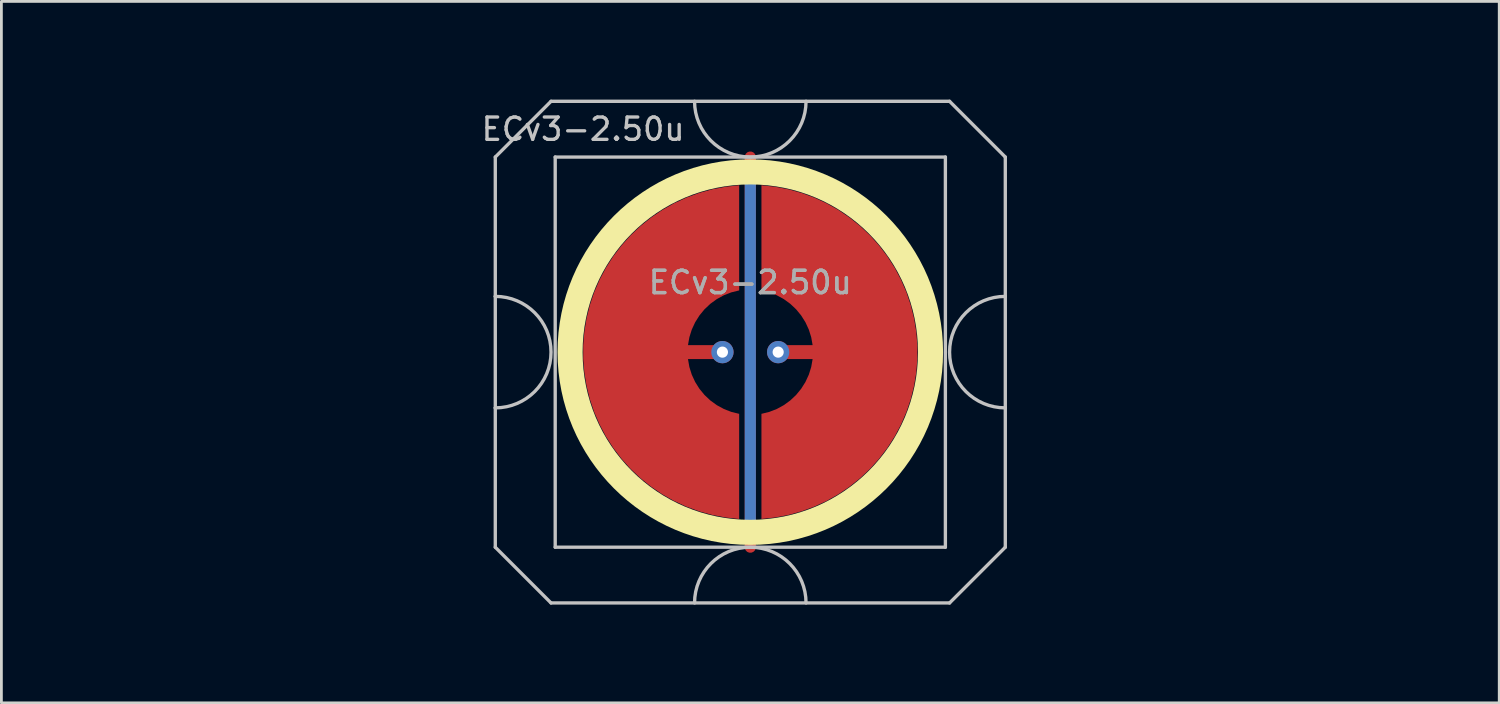
<source format=kicad_pcb>
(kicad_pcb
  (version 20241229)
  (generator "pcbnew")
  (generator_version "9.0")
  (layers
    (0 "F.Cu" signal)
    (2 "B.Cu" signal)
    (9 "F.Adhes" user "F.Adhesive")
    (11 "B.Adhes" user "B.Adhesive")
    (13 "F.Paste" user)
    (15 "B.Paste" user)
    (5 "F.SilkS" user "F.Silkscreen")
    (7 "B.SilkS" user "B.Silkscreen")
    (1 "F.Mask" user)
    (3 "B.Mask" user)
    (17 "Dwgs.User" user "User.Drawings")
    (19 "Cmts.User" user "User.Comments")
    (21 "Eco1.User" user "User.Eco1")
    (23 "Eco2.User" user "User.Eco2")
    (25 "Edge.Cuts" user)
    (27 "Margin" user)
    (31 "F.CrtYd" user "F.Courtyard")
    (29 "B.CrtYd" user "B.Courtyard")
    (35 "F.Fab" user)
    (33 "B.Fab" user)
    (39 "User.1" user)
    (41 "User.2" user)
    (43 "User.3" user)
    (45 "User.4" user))
  (footprint "ECv3-2.50u"
    (layer "F.Cu")
    (at 23.872 9.585)
    (property "Reference" "ECv3-2.50u" (at -6 -8 0) (layer "Dwgs.User") (effects (font (size 0.8 0.8) (thickness 0.12))))
    (attr through_hole exclude_from_pos_files exclude_from_bom)
    (fp_circle (center 0 0) (end 6.467 0) (stroke (width 0.9) (type solid)) (fill no) (layer "F.SilkS"))
    (fp_line (start -9.15 -7) (end -9.15 -2) (stroke (width 0.12) (type solid)) (layer "Dwgs.User"))
    (fp_line (start -9.15 -2) (end -9.15 2) (stroke (width 0.12) (type solid)) (layer "Dwgs.User"))
    (fp_line (start -9.15 2) (end -9.15 7) (stroke (width 0.12) (type solid)) (layer "Dwgs.User"))
    (fp_line (start -9.15 7) (end -7.15 9) (stroke (width 0.12) (type solid)) (layer "Dwgs.User"))
    (fp_line (start -7.15 -9) (end -9.15 -7) (stroke (width 0.12) (type solid)) (layer "Dwgs.User"))
    (fp_line (start -7.15 9) (end 7.15 9) (stroke (width 0.12) (type solid)) (layer "Dwgs.User"))
    (fp_line (start -7 -7) (end -7 7) (stroke (width 0.12) (type solid)) (layer "Dwgs.User"))
    (fp_line (start -7 7) (end 7 7) (stroke (width 0.12) (type solid)) (layer "Dwgs.User"))
    (fp_line (start 7 -7) (end -7 -7) (stroke (width 0.12) (type solid)) (layer "Dwgs.User"))
    (fp_line (start 7 7) (end 7 -7) (stroke (width 0.12) (type solid)) (layer "Dwgs.User"))
    (fp_line (start 7.15 -9) (end -7.15 -9) (stroke (width 0.12) (type solid)) (layer "Dwgs.User"))
    (fp_line (start 7.15 -9) (end 9.15 -7) (stroke (width 0.12) (type solid)) (layer "Dwgs.User"))
    (fp_line (start 7.15 9) (end 9.15 7) (stroke (width 0.12) (type solid)) (layer "Dwgs.User"))
    (fp_line (start 9.15 -2) (end 9.15 -7) (stroke (width 0.12) (type solid)) (layer "Dwgs.User"))
    (fp_line (start 9.15 -2) (end 9.15 2) (stroke (width 0.12) (type solid)) (layer "Dwgs.User"))
    (fp_line (start 9.15 7) (end 9.15 2) (stroke (width 0.12) (type solid)) (layer "Dwgs.User"))
    (fp_arc (start -9.15 -2) (mid -7.15 0) (end -9.15 2) (stroke (width 0.12) (type solid)) (layer "Dwgs.User"))
    (fp_arc (start -2 9) (mid 0 7) (end 2 9) (stroke (width 0.12) (type solid)) (layer "Dwgs.User"))
    (fp_arc (start 2 -9) (mid 0 -7) (end -2 -9) (stroke (width 0.12) (type solid)) (layer "Dwgs.User"))
    (fp_arc (start 9.15 2) (mid 7.15 0) (end 9.15 -2) (stroke (width 0.12) (type solid)) (layer "Dwgs.User"))
    (fp_line (start -16.075 -6) (end -16.075 5.5) (stroke (width 0.12) (type default)) (layer "Eco1.User"))
    (fp_line (start -16.075 -6) (end -15 -7.05) (stroke (width 0.12) (type default)) (layer "Eco1.User"))
    (fp_line (start -15 -7.05) (end 15 -7.05) (stroke (width 0.12) (type default)) (layer "Eco1.User"))
    (fp_line (start -13 7.05) (end -16.075 5.5) (stroke (width 0.12) (type default)) (layer "Eco1.User"))
    (fp_line (start 13 7.05) (end -13 7.05) (stroke (width 0.12) (type default)) (layer "Eco1.User"))
    (fp_line (start 13 7.05) (end 16.075 5.5) (stroke (width 0.12) (type default)) (layer "Eco1.User"))
    (fp_line (start 15 -7.05) (end 16.075 -6) (stroke (width 0.12) (type default)) (layer "Eco1.User"))
    (fp_line (start 16.075 -6) (end 16.075 5.5) (stroke (width 0.12) (type default)) (layer "Eco1.User"))
    (fp_line (start -23.812 -9.525) (end -23.812 9.525) (stroke (width 0.12) (type solid)) (layer "User.2"))
    (fp_line (start -23.812 -9.525) (end 23.812 -9.525) (stroke (width 0.12) (type solid)) (layer "User.2"))
    (fp_line (start -23.812 9.525) (end 23.812 9.525) (stroke (width 0.12) (type solid)) (layer "User.2"))
    (fp_line (start 23.812 -9.525) (end 23.812 9.525) (stroke (width 0.12) (type solid)) (layer "User.2"))
    (fp_circle (center -16.151 -7.147) (end -15.401 -7.147) (stroke (width 0.12) (type default)) (fill no) (layer "User.2"))
    (fp_circle (center -16.151 7.147) (end -15.151 7.147) (stroke (width 0.12) (type default)) (fill no) (layer "User.2"))
    (fp_circle (center 16.151 -7.147) (end 16.901 -7.147) (stroke (width 0.12) (type default)) (fill no) (layer "User.2"))
    (fp_circle (center 16.151 7.147) (end 17.151 7.147) (stroke (width 0.12) (type default)) (fill no) (layer "User.2"))
    (fp_text user "${REFERENCE}" (at 0 -2.5 0) (layer "F.Fab") (effects (font (size 0.8 0.8) (thickness 0.12))))
    (fp_text user "${REFERENCE}" (at 0 -2.5 0) (layer "F.Fab") (effects (font (size 0.8 0.8) (thickness 0.12))))
    (pad "1" smd custom (at -1 0) (size 0.4 0.4) (layers "F.Cu") (options (anchor circle)) (primitives (gr_poly (pts (xy 0.6 -2.214) (xy 0.32 -2.145) (xy 0.052 -2.041) (xy -0.201 -1.903) (xy -0.434 -1.734) (xy -0.644 -1.536) (xy -0.826 -1.314) (xy -0.979 -1.07) (xy -1.1 -0.808) (xy -1.186 -0.534) (xy -1.236 -0.25) (xy 0 -0.25) (xy 0.096 -0.231) (xy 0.177 -0.177) (xy 0.231 -0.096) (xy 0.25 0) (xy 0.231 0.096) (xy 0.177 0.177) (xy 0.096 0.231) (xy 0 0.25) (xy -1.236 0.25) (xy -1.186 0.534) (xy -1.1 0.808) (xy -0.979 1.07) (xy -0.826 1.314) (xy -0.644 1.536) (xy -0.434 1.734) (xy -0.201 1.903) (xy 0.052 2.041) (xy 0.32 2.145) (xy 0.6 2.214) (xy 0.6 5.987) (xy 0.115 5.934) (xy -0.364 5.843) (xy -0.834 5.713) (xy -1.292 5.545) (xy -1.735 5.341) (xy -2.159 5.101) (xy -2.563 4.827) (xy -2.943 4.522) (xy -3.298 4.187) (xy -3.623 3.824) (xy -3.919 3.436) (xy -4.182 3.025) (xy -4.41 2.594) (xy -4.603 2.147) (xy -4.759 1.684) (xy -4.876 1.211) (xy -4.955 0.73) (xy -4.995 0.244) (xy -4.995 -0.244) (xy -4.955 -0.73) (xy -4.876 -1.211) (xy -4.759 -1.684) (xy -4.603 -2.147) (xy -4.41 -2.594) (xy -4.182 -3.025) (xy -3.919 -3.436) (xy -3.623 -3.824) (xy -3.298 -4.187) (xy -2.943 -4.522) (xy -2.563 -4.827) (xy -2.159 -5.101) (xy -1.735 -5.341) (xy -1.292 -5.545) (xy -0.834 -5.713) (xy -0.364 -5.843) (xy 0.115 -5.934) (xy 0.6 -5.987)) (width 0) (fill yes))))
    (pad "1" thru_hole circle (at -1 0) (size 0.8 0.8) (drill 0.4) (layers "*.Cu"))
    (pad "2" smd custom (at 1 0 180) (size 0.4 0.4) (layers "F.Cu") (options (anchor circle)) (primitives (gr_poly (pts (xy 0.6 -2.214) (xy 0.32 -2.145) (xy 0.052 -2.041) (xy -0.201 -1.903) (xy -0.434 -1.734) (xy -0.644 -1.536) (xy -0.826 -1.314) (xy -0.979 -1.07) (xy -1.1 -0.808) (xy -1.186 -0.534) (xy -1.236 -0.25) (xy 0 -0.25) (xy 0.096 -0.231) (xy 0.177 -0.177) (xy 0.231 -0.096) (xy 0.25 0) (xy 0.231 0.096) (xy 0.177 0.177) (xy 0.096 0.231) (xy 0 0.25) (xy -1.236 0.25) (xy -1.186 0.534) (xy -1.1 0.808) (xy -0.979 1.07) (xy -0.826 1.314) (xy -0.644 1.536) (xy -0.434 1.734) (xy -0.201 1.903) (xy 0.052 2.041) (xy 0.32 2.145) (xy 0.6 2.214) (xy 0.6 5.987) (xy 0.115 5.934) (xy -0.364 5.843) (xy -0.834 5.713) (xy -1.292 5.545) (xy -1.735 5.341) (xy -2.159 5.101) (xy -2.563 4.827) (xy -2.943 4.522) (xy -3.298 4.187) (xy -3.623 3.824) (xy -3.919 3.436) (xy -4.182 3.025) (xy -4.41 2.594) (xy -4.603 2.147) (xy -4.759 1.684) (xy -4.876 1.211) (xy -4.955 0.73) (xy -4.995 0.244) (xy -4.995 -0.244) (xy -4.955 -0.73) (xy -4.876 -1.211) (xy -4.759 -1.684) (xy -4.603 -2.147) (xy -4.41 -2.594) (xy -4.182 -3.025) (xy -3.919 -3.436) (xy -3.623 -3.824) (xy -3.298 -4.187) (xy -2.943 -4.522) (xy -2.563 -4.827) (xy -2.159 -5.101) (xy -1.735 -5.341) (xy -1.292 -5.545) (xy -0.834 -5.713) (xy -0.364 -5.843) (xy 0.115 -5.934) (xy 0.6 -5.987)) (width 0) (fill yes))))
    (pad "2" thru_hole circle (at 1 0) (size 0.8 0.8) (drill 0.4) (layers "*.Cu"))
    (pad "3" smd custom (at 0 0) (size 0.4 0.4) (layers "F.Cu") (options (anchor rect)) (primitives (gr_line (start 0 -7) (end 0 7) (width 0.4))))
    (pad "3" smd custom (at 0 0) (size 0.4 0.4) (layers "B.Cu") (options (anchor rect)) (primitives (gr_line (start 0 -6.5) (end 0 6.5) (width 0.4))))
    (zone (net_name "") (layer "F.Cu") (hatch edge 0.508) (connect_pads) (min_thickness 0.254) (filled_areas_thickness no) (keepout (tracks allowed) (vias allowed) (pads allowed) (copperpour not_allowed) (footprints allowed)) (placement (enabled no)) (fill) (polygon (pts (xy 30.877 9.585) (xy 30.859 9.072) (xy 30.802 8.562) (xy 30.709 8.057) (xy 30.578 7.56) (xy 30.412 7.075) (xy 30.211 6.602) (xy 29.975 6.146) (xy 29.707 5.709) (xy 29.407 5.292) (xy 29.078 4.898) (xy 28.721 4.529) (xy 28.338 4.188) (xy 27.93 3.875) (xy 27.501 3.593) (xy 27.053 3.344) (xy 26.587 3.127) (xy 26.107 2.946) (xy 25.615 2.8) (xy 25.113 2.691) (xy 24.605 2.618) (xy 24.093 2.584) (xy 23.579 2.586) (xy 23.067 2.627) (xy 22.56 2.704) (xy 22.059 2.819) (xy 21.569 2.97) (xy 21.091 3.156) (xy 20.627 3.377) (xy 20.181 3.632) (xy 19.755 3.918) (xy 19.351 4.235) (xy 18.971 4.58) (xy 18.618 4.953) (xy 18.293 5.35) (xy 17.998 5.77) (xy 17.734 6.21) (xy 17.503 6.669) (xy 17.307 7.143) (xy 17.146 7.631) (xy 17.021 8.129) (xy 16.932 8.634) (xy 16.881 9.145) (xy 16.868 9.658) (xy 16.892 10.171) (xy 16.954 10.681) (xy 17.053 11.185) (xy 17.188 11.68) (xy 17.36 12.164) (xy 17.566 12.634) (xy 17.806 13.087) (xy 18.079 13.522) (xy 18.383 13.936) (xy 18.716 14.326) (xy 19.077 14.691) (xy 19.464 15.029) (xy 19.875 15.337) (xy 20.307 15.614) (xy 20.758 15.859) (xy 21.226 16.071) (xy 21.708 16.247) (xy 22.202 16.388) (xy 22.704 16.492) (xy 23.213 16.559) (xy 23.726 16.588) (xy 24.239 16.58) (xy 24.75 16.535) (xy 25.257 16.452) (xy 25.756 16.332) (xy 26.245 16.176) (xy 26.722 15.984) (xy 27.183 15.758) (xy 27.626 15.499) (xy 28.049 15.209) (xy 28.45 14.888) (xy 28.826 14.538) (xy 29.175 14.162) (xy 29.496 13.761) (xy 29.787 13.338) (xy 30.046 12.895) (xy 30.272 12.434) (xy 30.463 11.958) (xy 30.619 11.469) (xy 30.739 10.97) (xy 30.822 10.463) (xy 30.868 9.952))))
    (zone (net_name "") (layer "B.Cu") (hatch edge 0.508) (connect_pads) (min_thickness 0.254) (filled_areas_thickness no) (keepout (tracks allowed) (vias allowed) (pads allowed) (copperpour not_allowed) (footprints allowed)) (placement (enabled no)) (fill) (polygon (pts (xy 30.431 9.585) (xy 30.411 9.07) (xy 30.35 8.559) (xy 30.25 8.054) (xy 30.11 7.558) (xy 29.932 7.075) (xy 29.716 6.608) (xy 29.464 6.158) (xy 29.178 5.73) (xy 28.859 5.326) (xy 28.51 4.948) (xy 28.132 4.598) (xy 27.727 4.279) (xy 27.299 3.993) (xy 26.85 3.742) (xy 26.382 3.526) (xy 25.899 3.348) (xy 25.403 3.208) (xy 24.898 3.107) (xy 24.387 3.047) (xy 23.872 3.027) (xy 23.358 3.047) (xy 22.847 3.107) (xy 22.342 3.208) (xy 21.846 3.348) (xy 21.363 3.526) (xy 20.895 3.742) (xy 20.446 3.993) (xy 20.018 4.279) (xy 19.613 4.598) (xy 19.235 4.948) (xy 18.886 5.326) (xy 18.567 5.73) (xy 18.281 6.158) (xy 18.029 6.608) (xy 17.813 7.075) (xy 17.635 7.558) (xy 17.495 8.054) (xy 17.395 8.559) (xy 17.334 9.07) (xy 17.314 9.585) (xy 17.334 10.1) (xy 17.395 10.611) (xy 17.495 11.116) (xy 17.635 11.612) (xy 17.813 12.095) (xy 18.029 12.562) (xy 18.281 13.012) (xy 18.567 13.44) (xy 18.886 13.844) (xy 19.235 14.222) (xy 19.613 14.572) (xy 20.018 14.891) (xy 20.446 15.177) (xy 20.895 15.428) (xy 21.363 15.644) (xy 21.846 15.822) (xy 22.342 15.962) (xy 22.847 16.063) (xy 23.358 16.123) (xy 23.872 16.143) (xy 24.387 16.123) (xy 24.898 16.063) (xy 25.403 15.962) (xy 25.899 15.822) (xy 26.382 15.644) (xy 26.85 15.428) (xy 27.299 15.177) (xy 27.727 14.891) (xy 28.132 14.572) (xy 28.51 14.222) (xy 28.859 13.844) (xy 29.178 13.44) (xy 29.464 13.012) (xy 29.716 12.562) (xy 29.932 12.095) (xy 30.11 11.612) (xy 30.25 11.116) (xy 30.35 10.611) (xy 30.411 10.1)))))
  (gr_rect
    (start -3 -3)
    (end 50.745 22.17)
    (stroke (width 0.1) (type default))
    (fill no)
    (layer "Edge.Cuts")))
</source>
